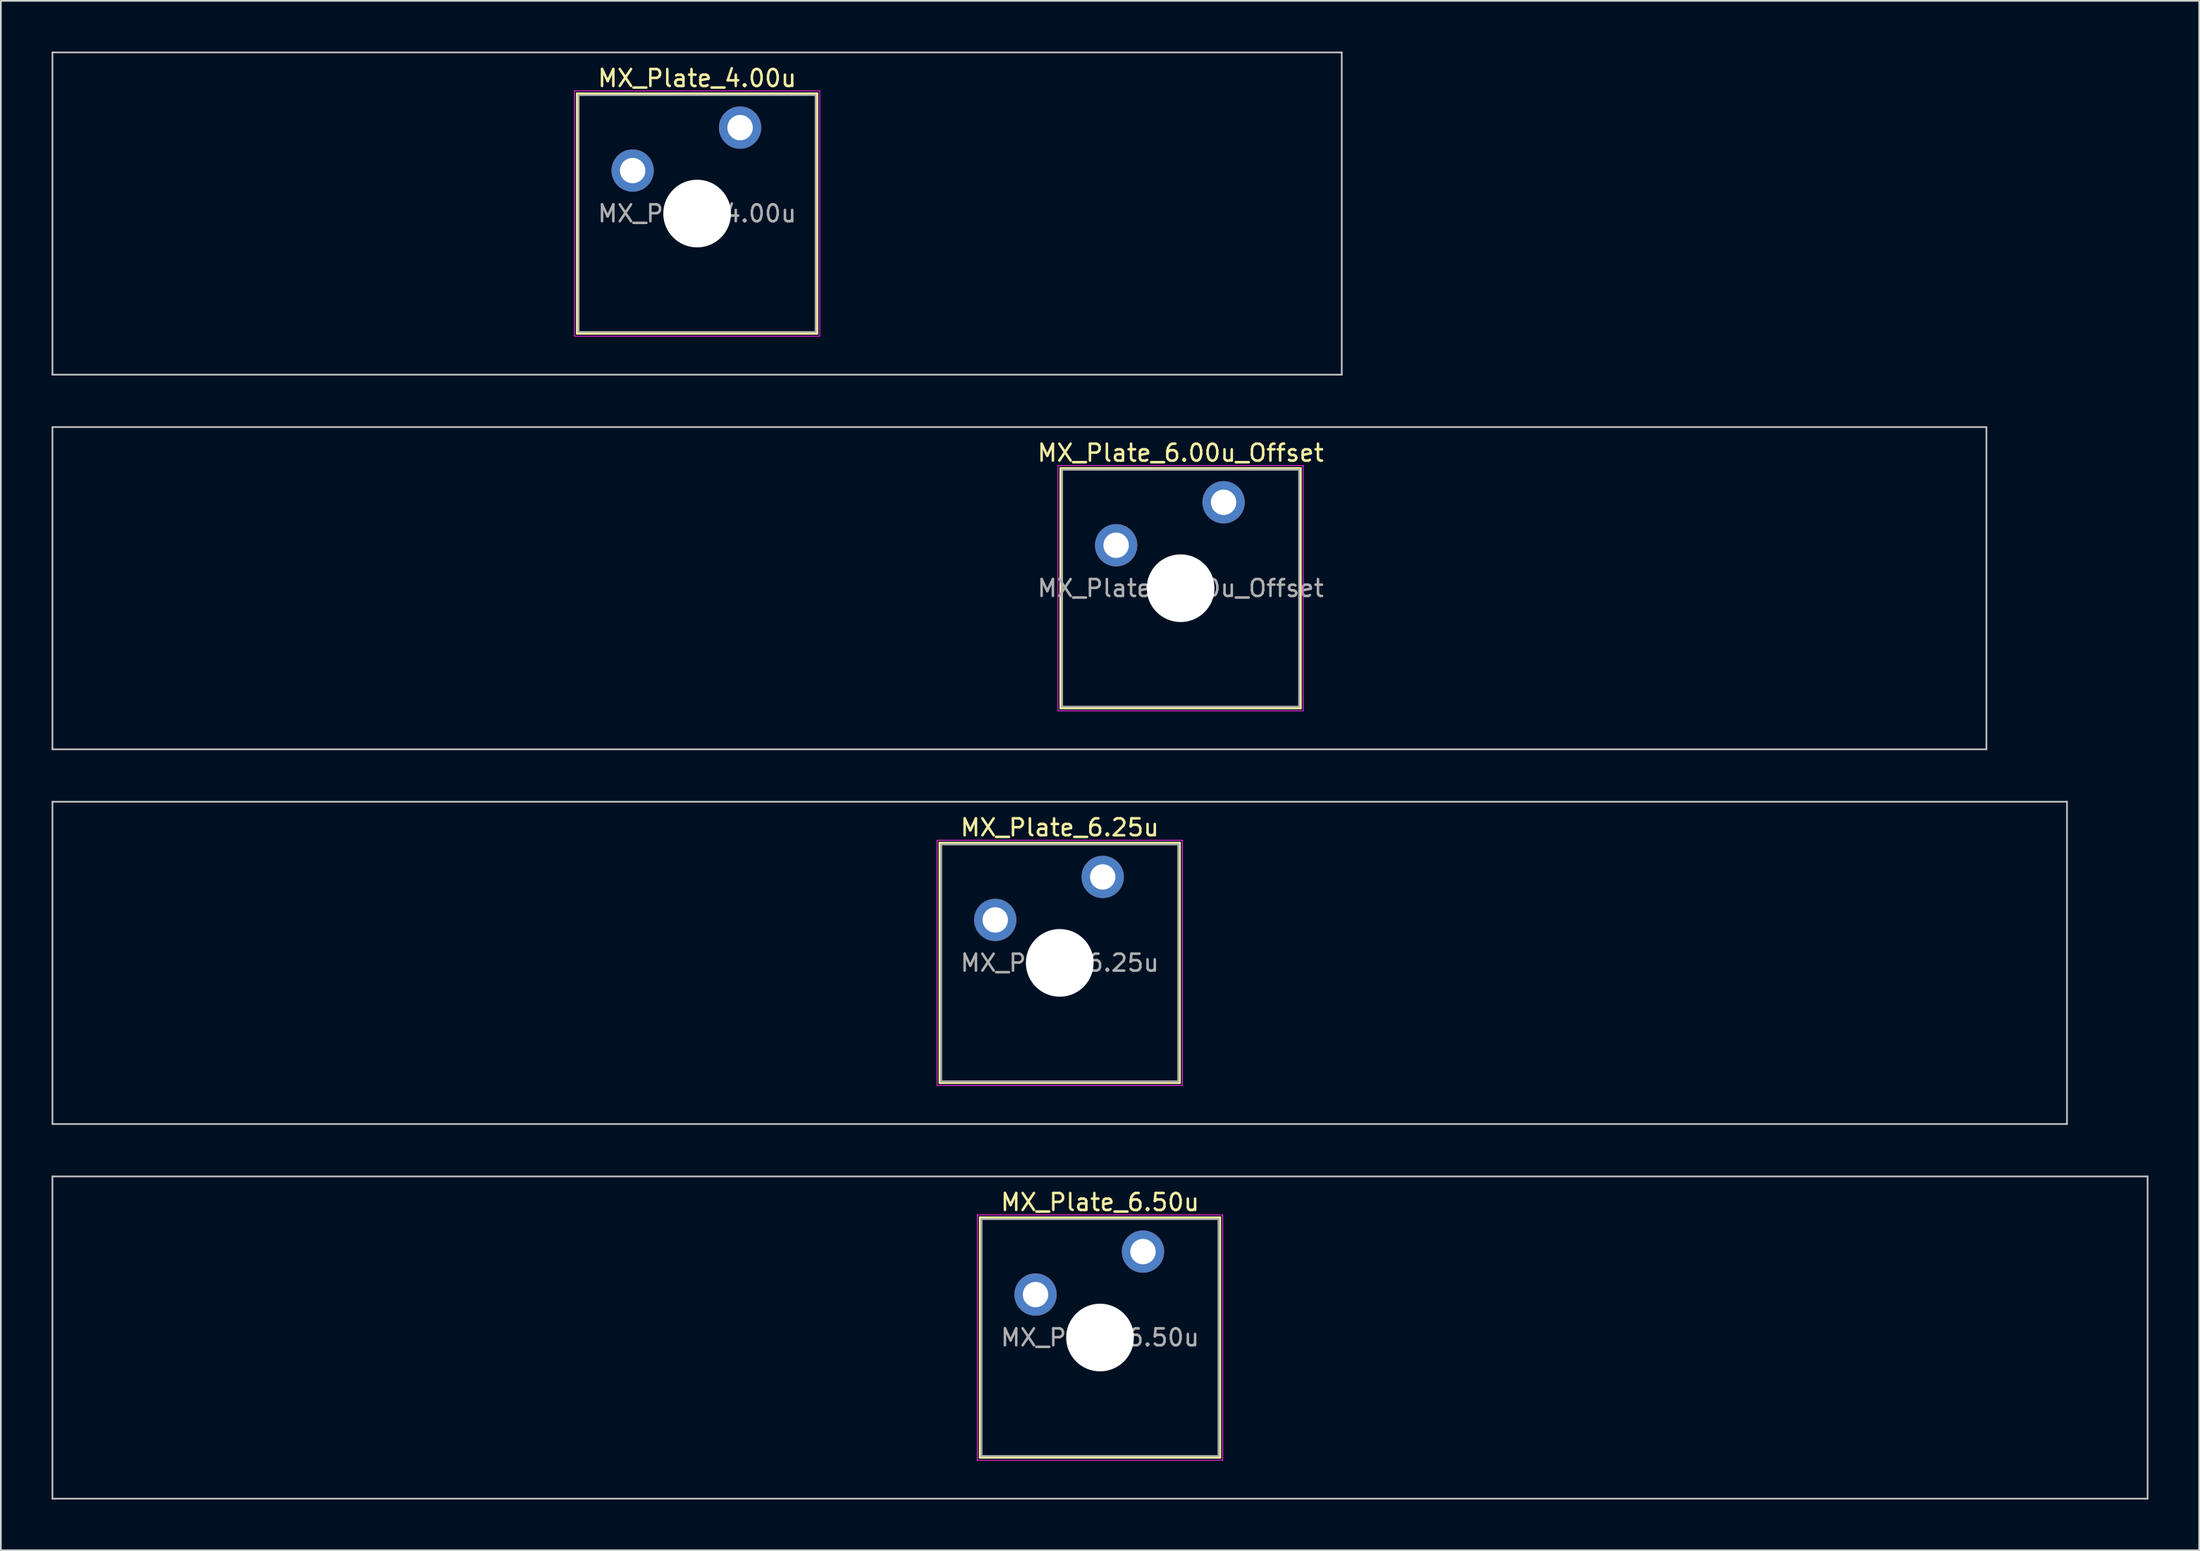
<source format=kicad_pcb>
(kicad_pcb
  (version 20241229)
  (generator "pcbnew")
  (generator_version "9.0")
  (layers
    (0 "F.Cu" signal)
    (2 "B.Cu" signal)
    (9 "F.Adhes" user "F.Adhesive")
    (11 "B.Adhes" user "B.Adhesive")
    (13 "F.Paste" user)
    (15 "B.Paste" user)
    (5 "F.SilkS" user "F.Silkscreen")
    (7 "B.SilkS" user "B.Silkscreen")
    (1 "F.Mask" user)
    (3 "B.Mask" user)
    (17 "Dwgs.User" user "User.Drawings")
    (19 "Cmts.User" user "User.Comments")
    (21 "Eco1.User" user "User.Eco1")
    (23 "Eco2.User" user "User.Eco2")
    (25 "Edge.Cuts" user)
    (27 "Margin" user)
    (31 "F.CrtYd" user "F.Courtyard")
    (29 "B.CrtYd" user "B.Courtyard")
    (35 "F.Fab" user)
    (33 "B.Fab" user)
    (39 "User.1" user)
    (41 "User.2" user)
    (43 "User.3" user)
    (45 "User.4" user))
  (footprint "MX_Plate_6.25u"
    (layer "F.Cu")
    (at 59.581 53.875)
    (property "Reference" "MX_Plate_6.25u" (at 0 -8 0) (layer "F.SilkS") (effects (font (size 1 1) (thickness 0.15))))
    (attr through_hole)
    (fp_line (start -7.1 -7.1) (end -7.1 7.1) (stroke (width 0.12) (type solid)) (layer "F.SilkS"))
    (fp_line (start -7.1 7.1) (end 7.1 7.1) (stroke (width 0.12) (type solid)) (layer "F.SilkS"))
    (fp_line (start 7.1 -7.1) (end -7.1 -7.1) (stroke (width 0.12) (type solid)) (layer "F.SilkS"))
    (fp_line (start 7.1 7.1) (end 7.1 -7.1) (stroke (width 0.12) (type solid)) (layer "F.SilkS"))
    (fp_line (start -59.531 -9.525) (end -59.531 9.525) (stroke (width 0.1) (type solid)) (layer "Dwgs.User"))
    (fp_line (start -59.531 9.525) (end 59.531 9.525) (stroke (width 0.1) (type solid)) (layer "Dwgs.User"))
    (fp_line (start 59.531 -9.525) (end -59.531 -9.525) (stroke (width 0.1) (type solid)) (layer "Dwgs.User"))
    (fp_line (start 59.531 9.525) (end 59.531 -9.525) (stroke (width 0.1) (type solid)) (layer "Dwgs.User"))
    (fp_line (start -7 -7) (end -7 7) (stroke (width 0.1) (type solid)) (layer "Eco1.User"))
    (fp_line (start -7 7) (end 7 7) (stroke (width 0.1) (type solid)) (layer "Eco1.User"))
    (fp_line (start 7 -7) (end -7 -7) (stroke (width 0.1) (type solid)) (layer "Eco1.User"))
    (fp_line (start 7 7) (end 7 -7) (stroke (width 0.1) (type solid)) (layer "Eco1.User"))
    (fp_line (start -7.25 -7.25) (end -7.25 7.25) (stroke (width 0.05) (type solid)) (layer "F.CrtYd"))
    (fp_line (start -7.25 7.25) (end 7.25 7.25) (stroke (width 0.05) (type solid)) (layer "F.CrtYd"))
    (fp_line (start 7.25 -7.25) (end -7.25 -7.25) (stroke (width 0.05) (type solid)) (layer "F.CrtYd"))
    (fp_line (start 7.25 7.25) (end 7.25 -7.25) (stroke (width 0.05) (type solid)) (layer "F.CrtYd"))
    (fp_line (start -7 -7) (end -7 7) (stroke (width 0.1) (type solid)) (layer "F.Fab"))
    (fp_line (start -7 7) (end 7 7) (stroke (width 0.1) (type solid)) (layer "F.Fab"))
    (fp_line (start 7 -7) (end -7 -7) (stroke (width 0.1) (type solid)) (layer "F.Fab"))
    (fp_line (start 7 7) (end 7 -7) (stroke (width 0.1) (type solid)) (layer "F.Fab"))
    (fp_text user "${REFERENCE}" (at 0 0 0) (layer "F.Fab") (effects (font (size 1 1) (thickness 0.15))))
    (pad "" np_thru_hole circle (at 0 0) (size 4 4) (drill 4) (layers "*.Cu" "*.Mask"))
    (pad "1" thru_hole circle (at -3.81 -2.54) (size 2.5 2.5) (drill 1.5) (layers "*.Cu" "*.Mask"))
    (pad "2" thru_hole circle (at 2.54 -5.08) (size 2.5 2.5) (drill 1.5) (layers "*.Cu" "*.Mask")))
  (footprint "MX_Plate_6.00u_Offset"
    (layer "F.Cu")
    (at 66.725 31.725)
    (property "Reference" "MX_Plate_6.00u_Offset" (at 0 -8 0) (layer "F.SilkS") (effects (font (size 1 1) (thickness 0.15))))
    (attr through_hole)
    (fp_line (start -7.1 -7.1) (end -7.1 7.1) (stroke (width 0.12) (type solid)) (layer "F.SilkS"))
    (fp_line (start -7.1 7.1) (end 7.1 7.1) (stroke (width 0.12) (type solid)) (layer "F.SilkS"))
    (fp_line (start 7.1 -7.1) (end -7.1 -7.1) (stroke (width 0.12) (type solid)) (layer "F.SilkS"))
    (fp_line (start 7.1 7.1) (end 7.1 -7.1) (stroke (width 0.12) (type solid)) (layer "F.SilkS"))
    (fp_line (start -66.675 -9.525) (end -66.675 9.525) (stroke (width 0.1) (type solid)) (layer "Dwgs.User"))
    (fp_line (start -66.675 9.525) (end 47.625 9.525) (stroke (width 0.1) (type solid)) (layer "Dwgs.User"))
    (fp_line (start 47.625 -9.525) (end -66.675 -9.525) (stroke (width 0.1) (type solid)) (layer "Dwgs.User"))
    (fp_line (start 47.625 9.525) (end 47.625 -9.525) (stroke (width 0.1) (type solid)) (layer "Dwgs.User"))
    (fp_line (start -7 -7) (end -7 7) (stroke (width 0.1) (type solid)) (layer "Eco1.User"))
    (fp_line (start -7 7) (end 7 7) (stroke (width 0.1) (type solid)) (layer "Eco1.User"))
    (fp_line (start 7 -7) (end -7 -7) (stroke (width 0.1) (type solid)) (layer "Eco1.User"))
    (fp_line (start 7 7) (end 7 -7) (stroke (width 0.1) (type solid)) (layer "Eco1.User"))
    (fp_line (start -7.25 -7.25) (end -7.25 7.25) (stroke (width 0.05) (type solid)) (layer "F.CrtYd"))
    (fp_line (start -7.25 7.25) (end 7.25 7.25) (stroke (width 0.05) (type solid)) (layer "F.CrtYd"))
    (fp_line (start 7.25 -7.25) (end -7.25 -7.25) (stroke (width 0.05) (type solid)) (layer "F.CrtYd"))
    (fp_line (start 7.25 7.25) (end 7.25 -7.25) (stroke (width 0.05) (type solid)) (layer "F.CrtYd"))
    (fp_line (start -7 -7) (end -7 7) (stroke (width 0.1) (type solid)) (layer "F.Fab"))
    (fp_line (start -7 7) (end 7 7) (stroke (width 0.1) (type solid)) (layer "F.Fab"))
    (fp_line (start 7 -7) (end -7 -7) (stroke (width 0.1) (type solid)) (layer "F.Fab"))
    (fp_line (start 7 7) (end 7 -7) (stroke (width 0.1) (type solid)) (layer "F.Fab"))
    (fp_text user "${REFERENCE}" (at 0 0 0) (layer "F.Fab") (effects (font (size 1 1) (thickness 0.15))))
    (pad "" np_thru_hole circle (at 0 0) (size 4 4) (drill 4) (layers "*.Cu" "*.Mask"))
    (pad "1" thru_hole circle (at -3.81 -2.54) (size 2.5 2.5) (drill 1.5) (layers "*.Cu" "*.Mask"))
    (pad "2" thru_hole circle (at 2.54 -5.08) (size 2.5 2.5) (drill 1.5) (layers "*.Cu" "*.Mask")))
  (footprint "MX_Plate_6.50u"
    (layer "F.Cu")
    (at 61.962 76.025)
    (property "Reference" "MX_Plate_6.50u" (at 0 -8 0) (layer "F.SilkS") (effects (font (size 1 1) (thickness 0.15))))
    (attr through_hole)
    (fp_line (start -7.1 -7.1) (end -7.1 7.1) (stroke (width 0.12) (type solid)) (layer "F.SilkS"))
    (fp_line (start -7.1 7.1) (end 7.1 7.1) (stroke (width 0.12) (type solid)) (layer "F.SilkS"))
    (fp_line (start 7.1 -7.1) (end -7.1 -7.1) (stroke (width 0.12) (type solid)) (layer "F.SilkS"))
    (fp_line (start 7.1 7.1) (end 7.1 -7.1) (stroke (width 0.12) (type solid)) (layer "F.SilkS"))
    (fp_line (start -61.913 -9.525) (end -61.913 9.525) (stroke (width 0.1) (type solid)) (layer "Dwgs.User"))
    (fp_line (start -61.913 9.525) (end 61.913 9.525) (stroke (width 0.1) (type solid)) (layer "Dwgs.User"))
    (fp_line (start 61.913 -9.525) (end -61.913 -9.525) (stroke (width 0.1) (type solid)) (layer "Dwgs.User"))
    (fp_line (start 61.913 9.525) (end 61.913 -9.525) (stroke (width 0.1) (type solid)) (layer "Dwgs.User"))
    (fp_line (start -7 -7) (end -7 7) (stroke (width 0.1) (type solid)) (layer "Eco1.User"))
    (fp_line (start -7 7) (end 7 7) (stroke (width 0.1) (type solid)) (layer "Eco1.User"))
    (fp_line (start 7 -7) (end -7 -7) (stroke (width 0.1) (type solid)) (layer "Eco1.User"))
    (fp_line (start 7 7) (end 7 -7) (stroke (width 0.1) (type solid)) (layer "Eco1.User"))
    (fp_line (start -7.25 -7.25) (end -7.25 7.25) (stroke (width 0.05) (type solid)) (layer "F.CrtYd"))
    (fp_line (start -7.25 7.25) (end 7.25 7.25) (stroke (width 0.05) (type solid)) (layer "F.CrtYd"))
    (fp_line (start 7.25 -7.25) (end -7.25 -7.25) (stroke (width 0.05) (type solid)) (layer "F.CrtYd"))
    (fp_line (start 7.25 7.25) (end 7.25 -7.25) (stroke (width 0.05) (type solid)) (layer "F.CrtYd"))
    (fp_line (start -7 -7) (end -7 7) (stroke (width 0.1) (type solid)) (layer "F.Fab"))
    (fp_line (start -7 7) (end 7 7) (stroke (width 0.1) (type solid)) (layer "F.Fab"))
    (fp_line (start 7 -7) (end -7 -7) (stroke (width 0.1) (type solid)) (layer "F.Fab"))
    (fp_line (start 7 7) (end 7 -7) (stroke (width 0.1) (type solid)) (layer "F.Fab"))
    (fp_text user "${REFERENCE}" (at 0 0 0) (layer "F.Fab") (effects (font (size 1 1) (thickness 0.15))))
    (pad "" np_thru_hole circle (at 0 0) (size 4 4) (drill 4) (layers "*.Cu" "*.Mask"))
    (pad "1" thru_hole circle (at -3.81 -2.54) (size 2.5 2.5) (drill 1.5) (layers "*.Cu" "*.Mask"))
    (pad "2" thru_hole circle (at 2.54 -5.08) (size 2.5 2.5) (drill 1.5) (layers "*.Cu" "*.Mask")))
  (footprint "MX_Plate_4.00u"
    (layer "F.Cu")
    (at 38.15 9.575)
    (property "Reference" "MX_Plate_4.00u" (at 0 -8 0) (layer "F.SilkS") (effects (font (size 1 1) (thickness 0.15))))
    (attr through_hole)
    (fp_line (start -7.1 -7.1) (end -7.1 7.1) (stroke (width 0.12) (type solid)) (layer "F.SilkS"))
    (fp_line (start -7.1 7.1) (end 7.1 7.1) (stroke (width 0.12) (type solid)) (layer "F.SilkS"))
    (fp_line (start 7.1 -7.1) (end -7.1 -7.1) (stroke (width 0.12) (type solid)) (layer "F.SilkS"))
    (fp_line (start 7.1 7.1) (end 7.1 -7.1) (stroke (width 0.12) (type solid)) (layer "F.SilkS"))
    (fp_line (start -38.1 -9.525) (end -38.1 9.525) (stroke (width 0.1) (type solid)) (layer "Dwgs.User"))
    (fp_line (start -38.1 9.525) (end 38.1 9.525) (stroke (width 0.1) (type solid)) (layer "Dwgs.User"))
    (fp_line (start 38.1 -9.525) (end -38.1 -9.525) (stroke (width 0.1) (type solid)) (layer "Dwgs.User"))
    (fp_line (start 38.1 9.525) (end 38.1 -9.525) (stroke (width 0.1) (type solid)) (layer "Dwgs.User"))
    (fp_line (start -7 -7) (end -7 7) (stroke (width 0.1) (type solid)) (layer "Eco1.User"))
    (fp_line (start -7 7) (end 7 7) (stroke (width 0.1) (type solid)) (layer "Eco1.User"))
    (fp_line (start 7 -7) (end -7 -7) (stroke (width 0.1) (type solid)) (layer "Eco1.User"))
    (fp_line (start 7 7) (end 7 -7) (stroke (width 0.1) (type solid)) (layer "Eco1.User"))
    (fp_line (start -7.25 -7.25) (end -7.25 7.25) (stroke (width 0.05) (type solid)) (layer "F.CrtYd"))
    (fp_line (start -7.25 7.25) (end 7.25 7.25) (stroke (width 0.05) (type solid)) (layer "F.CrtYd"))
    (fp_line (start 7.25 -7.25) (end -7.25 -7.25) (stroke (width 0.05) (type solid)) (layer "F.CrtYd"))
    (fp_line (start 7.25 7.25) (end 7.25 -7.25) (stroke (width 0.05) (type solid)) (layer "F.CrtYd"))
    (fp_line (start -7 -7) (end -7 7) (stroke (width 0.1) (type solid)) (layer "F.Fab"))
    (fp_line (start -7 7) (end 7 7) (stroke (width 0.1) (type solid)) (layer "F.Fab"))
    (fp_line (start 7 -7) (end -7 -7) (stroke (width 0.1) (type solid)) (layer "F.Fab"))
    (fp_line (start 7 7) (end 7 -7) (stroke (width 0.1) (type solid)) (layer "F.Fab"))
    (fp_text user "${REFERENCE}" (at 0 0 0) (layer "F.Fab") (effects (font (size 1 1) (thickness 0.15))))
    (pad "" np_thru_hole circle (at 0 0) (size 4 4) (drill 4) (layers "*.Cu" "*.Mask"))
    (pad "1" thru_hole circle (at -3.81 -2.54) (size 2.5 2.5) (drill 1.5) (layers "*.Cu" "*.Mask"))
    (pad "2" thru_hole circle (at 2.54 -5.08) (size 2.5 2.5) (drill 1.5) (layers "*.Cu" "*.Mask")))
  (gr_rect
    (start -3 -3)
    (end 126.925 88.6)
    (stroke (width 0.1) (type default))
    (fill no)
    (layer "Edge.Cuts")))
</source>
